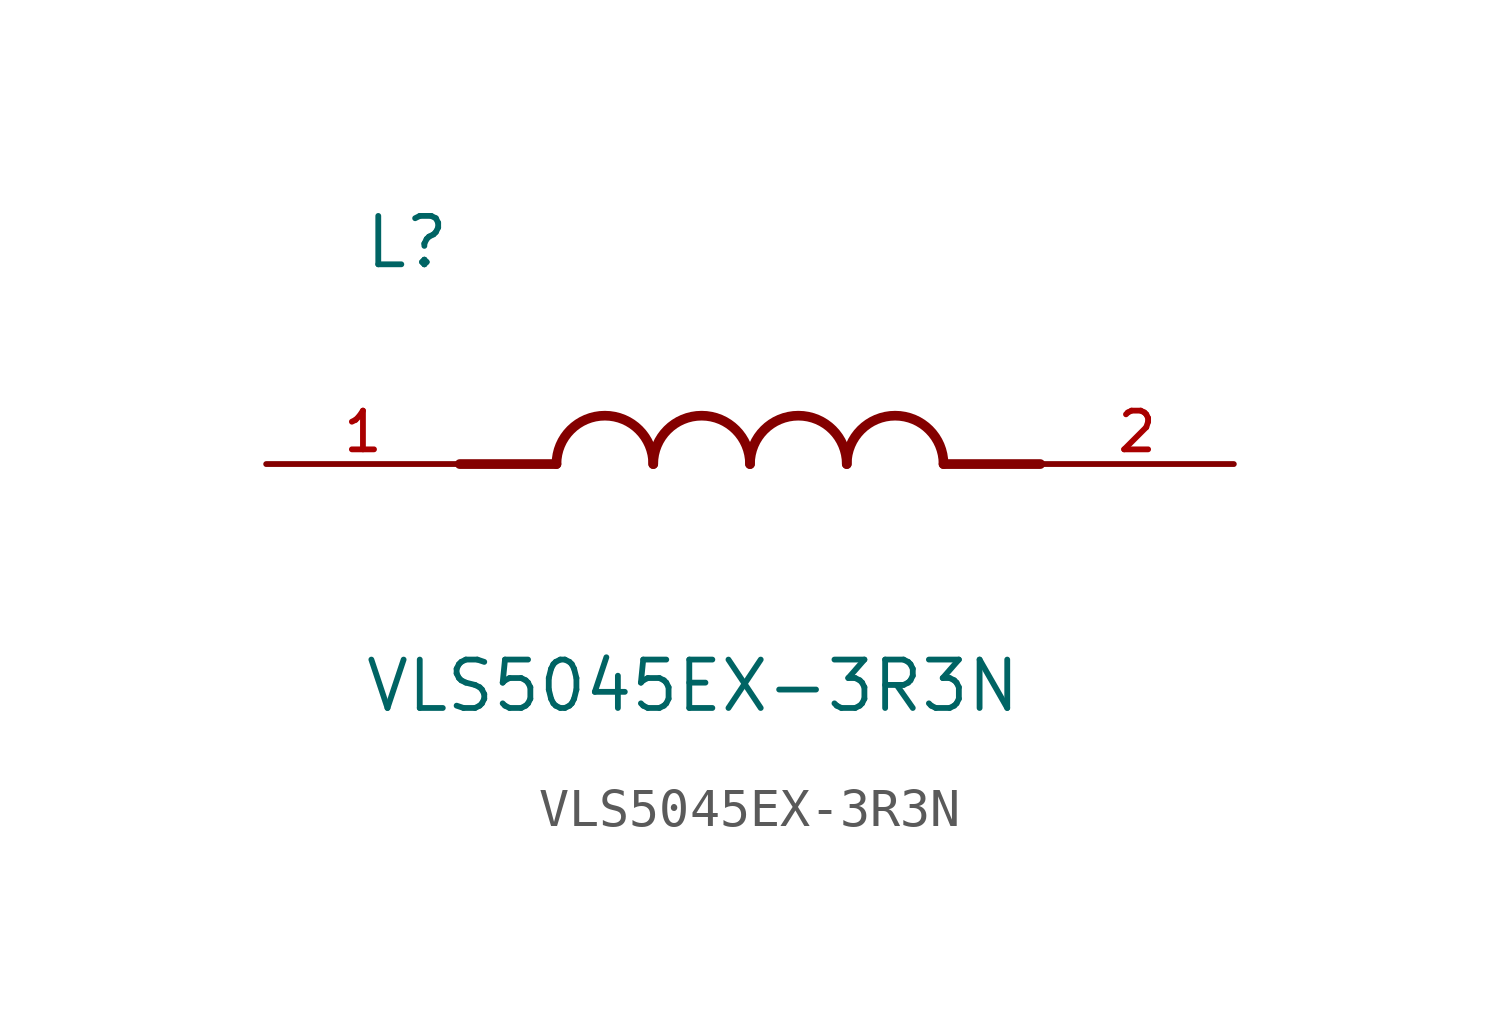
<source format=kicad_sym>
(kicad_symbol_lib
  (version 20211014)
  (generator kicad_symbol_editor)
  (symbol "VLS5045EX-3R3N"
    (pin_names
      (offset 1.016))
    (property "Reference" "L"
      (at -10.16 5.08 0)
      (effects (font (size 1.27 1.27)) (justify bottom left)))
    (property "Value" "VLS5045EX-3R3N"
      (at -10.16 -5.08 0)
      (effects (font (size 1.27 1.27)) (justify top left)))
    (symbol "VLS5045EX-3R3N_0_0"
      (polyline (pts (xy -5.08 0.0) (xy -7.62 0.0)) (stroke (width 0.254)))
      (polyline (pts (xy 5.08 0.0) (xy 7.62 0.0)) (stroke (width 0.254)))
      (arc (start -2.54 0.0) (mid -3.81 1.27) (end -5.08 0.0) (stroke (width 0.254) (type default) (color 0 0 0 0)) (fill (type none)))
      (arc (start 0.0 0.0) (mid -1.27 1.27) (end -2.54 0.0) (stroke (width 0.254) (type default) (color 0 0 0 0)) (fill (type none)))
      (arc (start 2.54 0.0) (mid 1.27 1.27) (end 0.0 0.0) (stroke (width 0.254) (type default) (color 0 0 0 0)) (fill (type none)))
      (arc (start 5.08 0.0) (mid 3.81 1.27) (end 2.54 0.0) (stroke (width 0.254) (type default) (color 0 0 0 0)) (fill (type none)))
      (pin passive line (at -12.7 0.0 0) (length 5.08) (name "~" (effects (font (size 1.016 1.016)))) (number "1" (effects (font (size 1.016 1.016)))))
      (pin passive line (at 12.7 0.0 180.0) (length 5.08) (name "~" (effects (font (size 1.016 1.016)))) (number "2" (effects (font (size 1.016 1.016))))))))
</source>
